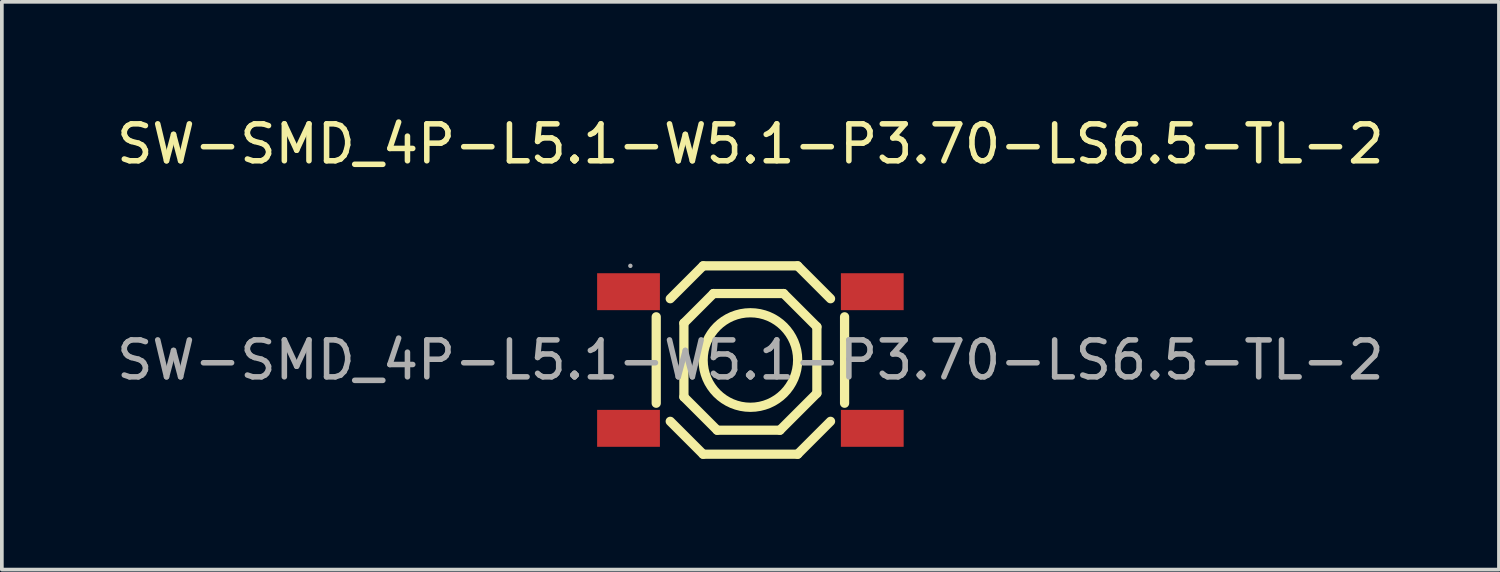
<source format=kicad_pcb>
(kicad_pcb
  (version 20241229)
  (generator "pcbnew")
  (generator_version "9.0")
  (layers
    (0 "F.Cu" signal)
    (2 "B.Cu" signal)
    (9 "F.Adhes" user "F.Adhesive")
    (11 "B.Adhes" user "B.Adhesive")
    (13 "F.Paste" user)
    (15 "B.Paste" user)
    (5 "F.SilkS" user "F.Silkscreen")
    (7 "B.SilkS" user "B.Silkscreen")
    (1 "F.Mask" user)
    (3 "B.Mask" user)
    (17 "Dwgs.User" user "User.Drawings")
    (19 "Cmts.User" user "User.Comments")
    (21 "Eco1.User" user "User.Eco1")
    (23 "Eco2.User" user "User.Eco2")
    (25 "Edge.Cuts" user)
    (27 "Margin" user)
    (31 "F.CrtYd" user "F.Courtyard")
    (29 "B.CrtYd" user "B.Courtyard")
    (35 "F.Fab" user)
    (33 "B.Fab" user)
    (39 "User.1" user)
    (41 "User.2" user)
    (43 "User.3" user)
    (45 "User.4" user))
  (footprint "SW-SMD_4P-L5.1-W5.1-P3.70-LS6.5-TL-2"
    (layer "F.Cu")
    (at 17.268 6.698)
    (property "Reference" "SW-SMD_4P-L5.1-W5.1-P3.70-LS6.5-TL-2" (at 0 -5.85 0) (layer "F.SilkS") (effects (font (size 1 1) (thickness 0.15))))
    (attr smd)
    (fp_line (start -2.55 -1.17) (end -2.55 1.17) (stroke (width 0.25) (type solid)) (layer "F.SilkS"))
    (fp_line (start -2.17 1.66) (end -1.28 2.55) (stroke (width 0.25) (type solid)) (layer "F.SilkS"))
    (fp_line (start -1.8 -1) (end -1 -1.8) (stroke (width 0.25) (type solid)) (layer "F.SilkS"))
    (fp_line (start -1.8 1) (end -1.8 -1) (stroke (width 0.25) (type solid)) (layer "F.SilkS"))
    (fp_line (start -1.28 -2.55) (end -2.17 -1.66) (stroke (width 0.25) (type solid)) (layer "F.SilkS"))
    (fp_line (start -1.28 -2.55) (end 1.28 -2.55) (stroke (width 0.25) (type solid)) (layer "F.SilkS"))
    (fp_line (start -1.28 2.55) (end 1.28 2.55) (stroke (width 0.25) (type solid)) (layer "F.SilkS"))
    (fp_line (start -1 -1.8) (end 0.9 -1.8) (stroke (width 0.25) (type solid)) (layer "F.SilkS"))
    (fp_line (start -0.9 1.9) (end -1.8 1) (stroke (width 0.25) (type solid)) (layer "F.SilkS"))
    (fp_line (start 0.8 1.9) (end -0.9 1.9) (stroke (width 0.25) (type solid)) (layer "F.SilkS"))
    (fp_line (start 0.9 -1.8) (end 1.8 -0.9) (stroke (width 0.25) (type solid)) (layer "F.SilkS"))
    (fp_line (start 1.28 -2.55) (end 2.17 -1.66) (stroke (width 0.25) (type solid)) (layer "F.SilkS"))
    (fp_line (start 1.8 -0.9) (end 1.8 0.9) (stroke (width 0.25) (type solid)) (layer "F.SilkS"))
    (fp_line (start 1.8 0.9) (end 0.8 1.9) (stroke (width 0.25) (type solid)) (layer "F.SilkS"))
    (fp_line (start 2.17 1.66) (end 1.28 2.55) (stroke (width 0.25) (type solid)) (layer "F.SilkS"))
    (fp_line (start 2.55 -1.17) (end 2.55 1.17) (stroke (width 0.25) (type solid)) (layer "F.SilkS"))
    (fp_circle (center 0 0) (end 1.28 0) (stroke (width 0.25) (type solid)) (fill no) (layer "F.SilkS"))
    (fp_circle (center -3.25 -2.55) (end -3.22 -2.55) (stroke (width 0.06) (type solid)) (fill no) (layer "F.Fab"))
    (fp_text user "${REFERENCE}" (at 0 0 0) (layer "F.Fab") (effects (font (size 1 1) (thickness 0.15))))
    (pad "1" smd rect (at -3.3 -1.85) (size 1.7 1) (layers "F.Cu" "F.Mask" "F.Paste"))
    (pad "1" smd rect (at 3.3 -1.85) (size 1.7 1) (layers "F.Cu" "F.Mask" "F.Paste"))
    (pad "2" smd rect (at -3.3 1.85) (size 1.7 1) (layers "F.Cu" "F.Mask" "F.Paste"))
    (pad "2" smd rect (at 3.3 1.85) (size 1.7 1) (layers "F.Cu" "F.Mask" "F.Paste")))
  (gr_rect
    (start -3 -3)
    (end 37.536 12.373)
    (stroke (width 0.1) (type default))
    (fill no)
    (layer "Edge.Cuts")))
</source>
